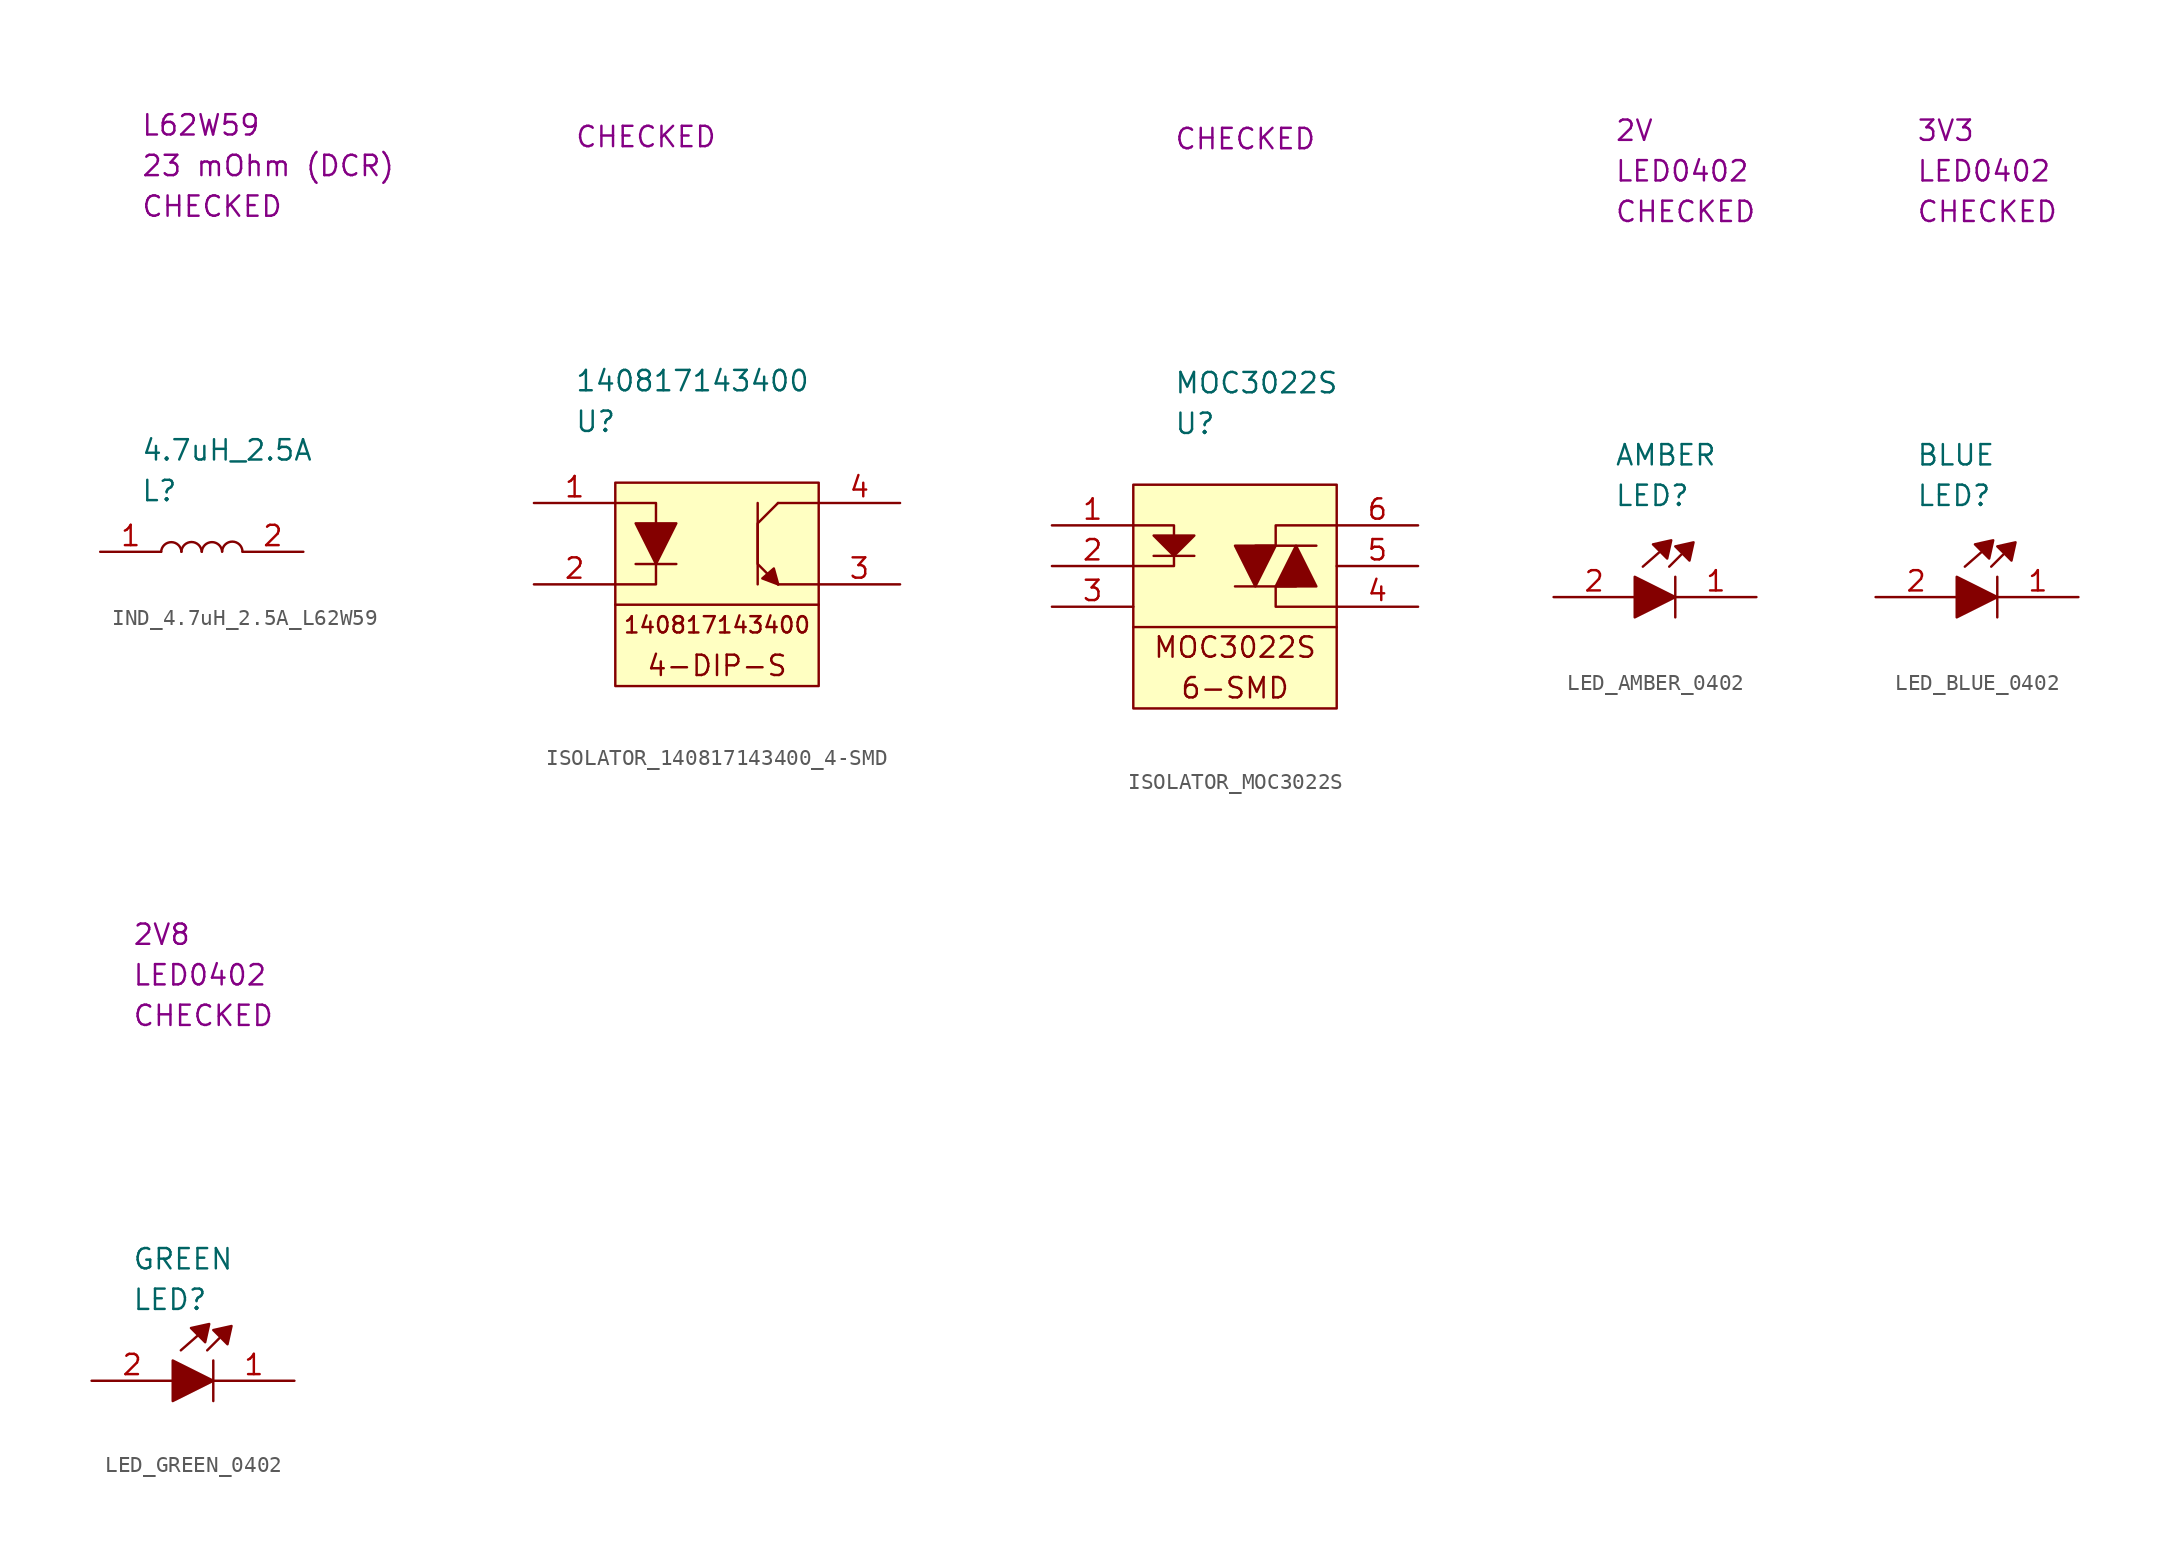
<source format=kicad_sym>
(kicad_symbol_lib
  (version 20220914)
  (generator kicad_symbol_editor)
  (symbol "IND_4.7uH_2.5A_L62W59"
    (property "Reference" "L"
      (at 2.54 3.81 0)
      (effects (font (size 1.27 1.27)) (justify left)))
    (property "Value" "4.7uH_2.5A"
      (at 2.54 6.35 0)
      (effects (font (size 1.27 1.27)) (justify left)))
    (property "SCH CHECK" "CHECKED"
      (at 2.54 21.59 0)
      (effects (font (size 1.27 1.27)) (justify left)))
    (property "MAX DCR" "23 mOhm (DCR)"
      (at 2.54 24.13 0)
      (effects (font (size 1.27 1.27)) (justify left)))
    (property "Package" "L62W59"
      (at 2.54 26.67 0)
      (effects (font (size 1.27 1.27)) (justify left)))
    (symbol "IND_4.7uH_2.5A_L62W59_0_1"
      (arc (start 5.08 0) (mid 4.445 0.6021) (end 3.81 0) (stroke (width 0) (type default)) (fill (type none)))
      (arc (start 6.3444 0.0087) (mid 5.7094 0.6108) (end 5.0744 0.0087) (stroke (width 0) (type default)) (fill (type none)))
      (arc (start 7.6226 0.0021) (mid 6.9876 0.6042) (end 6.3526 0.0021) (stroke (width 0) (type default)) (fill (type none)))
      (arc (start 8.8943 0.0338) (mid 8.2593 0.6359) (end 7.6243 0.0338) (stroke (width 0) (type default)) (fill (type none))))
    (symbol "IND_4.7uH_2.5A_L62W59_1_1"
      (pin passive line (at 0 0 0) (length 3.81) (name "" (effects (font (size 1.27 1.27)))) (number "1" (effects (font (size 1.27 1.27)))))
      (pin passive line (at 12.7 0 180) (length 3.81) (name "" (effects (font (size 1.27 1.27)))) (number "2" (effects (font (size 1.27 1.27)))))))
  (symbol "ISOLATOR_140817143400_4-SMD"
    (property "Reference" "U"
      (at 2.54 3.81 0)
      (effects (font (size 1.27 1.27)) (justify left)))
    (property "Value" "140817143400"
      (at 2.54 6.35 0)
      (effects (font (size 1.27 1.27)) (justify left)))
    (property "SCH CHECK" "CHECKED"
      (at 2.54 21.59 0)
      (effects (font (size 1.27 1.27)) (justify left)))
    (symbol "ISOLATOR_140817143400_4-SMD_0_0"
      (polyline (pts (xy 13.97 -1.27) (xy 13.97 -6.35)) (stroke (width 0) (type default)) (fill (type none)))
      (polyline (pts (xy 17.78 -1.27) (xy 15.24 -1.27) (xy 15.24 -1.27)) (stroke (width 0) (type default)) (fill (type none)))
      (polyline (pts (xy 14.974 -5.363) (xy 14.26 -5.98) (xy 15.253 -6.354) (xy 14.978 -5.359)) (stroke (width 0) (type default)) (fill (type outline)))
      (polyline (pts (xy 15.24 -1.27) (xy 13.97 -2.54) (xy 13.97 -5.08) (xy 15.24 -6.35)) (stroke (width 0) (type default)) (fill (type none)))
      (text "140817143400" (at 11.43 -8.89 0) (effects (font (size 1.016 1.016))))
      (text "4-DIP-S" (at 11.43 -11.43 0) (effects (font (size 1.27 1.27)))))
    (symbol "ISOLATOR_140817143400_4-SMD_0_1"
      (polyline (pts (xy 5.08 -7.62) (xy 17.78 -7.62)) (stroke (width 0) (type default)) (fill (type none)))
      (polyline (pts (xy 6.35 -5.08) (xy 8.89 -5.08)) (stroke (width 0) (type default)) (fill (type none)))
      (polyline (pts (xy 17.78 -6.35) (xy 15.24 -6.35) (xy 15.24 -6.35)) (stroke (width 0) (type default)) (fill (type none)))
      (polyline (pts (xy 5.08 -1.27) (xy 7.62 -1.27) (xy 7.62 -6.35) (xy 5.08 -6.35)) (stroke (width 0) (type default)) (fill (type none)))
      (polyline (pts (xy 6.35 -2.54) (xy 8.89 -2.54) (xy 7.62 -5.08) (xy 6.35 -2.54)) (stroke (width 0) (type default)) (fill (type outline)))
      (rectangle (start 5.08 0) (end 17.78 -12.7) (stroke (width 0) (type default)) (fill (type background))))
    (symbol "ISOLATOR_140817143400_4-SMD_1_1"
      (pin passive line (at 0 -1.27 0) (length 5.08) (name "" (effects (font (size 1.27 1.27)))) (number "1" (effects (font (size 1.27 1.27)))))
      (pin passive line (at 0 -6.35 0) (length 5.08) (name "" (effects (font (size 1.27 1.27)))) (number "2" (effects (font (size 1.27 1.27)))))
      (pin passive line (at 22.86 -6.35 180) (length 5.08) (name "" (effects (font (size 1.27 1.27)))) (number "3" (effects (font (size 1.27 1.27)))))
      (pin passive line (at 22.86 -1.27 180) (length 5.08) (name "" (effects (font (size 1.27 1.27)))) (number "4" (effects (font (size 1.27 1.27)))))))
  (symbol "ISOLATOR_MOC3022S"
    (property "Reference" "U"
      (at 2.54 3.81 0)
      (effects (font (size 1.27 1.27)) (justify left)))
    (property "Value" "MOC3022S"
      (at 2.54 6.35 0)
      (effects (font (size 1.27 1.27)) (justify left)))
    (property "SCH CHECK" "CHECKED"
      (at 2.54 21.59 0)
      (effects (font (size 1.27 1.27)) (justify left)))
    (symbol "ISOLATOR_MOC3022S_0_0"
      (text "6-SMD" (at 6.35 -12.7 0) (effects (font (size 1.27 1.27))))
      (text "MOC3022S" (at 6.35 -10.16 0) (effects (font (size 1.27 1.27)))))
    (symbol "ISOLATOR_MOC3022S_0_1"
      (polyline (pts (xy 0 -8.89) (xy 12.7 -8.89)) (stroke (width 0) (type default)) (fill (type none)))
      (polyline (pts (xy 1.27 -4.445) (xy 3.81 -4.445)) (stroke (width 0) (type default)) (fill (type none)))
      (polyline (pts (xy 6.35 -6.35) (xy 10.16 -6.35)) (stroke (width 0) (type default)) (fill (type none)))
      (polyline (pts (xy 7.62 -3.81) (xy 11.43 -3.81)) (stroke (width 0) (type default)) (fill (type none)))
      (polyline (pts (xy 12.7 -7.62) (xy 8.89 -7.62) (xy 8.89 -6.35)) (stroke (width 0) (type default)) (fill (type none)))
      (polyline (pts (xy 12.7 -2.54) (xy 8.89 -2.54) (xy 8.89 -3.81)) (stroke (width 0) (type default)) (fill (type none)))
      (polyline (pts (xy 0 -2.54) (xy 2.54 -2.54) (xy 2.54 -5.08) (xy 0 -5.08)) (stroke (width 0) (type default)) (fill (type none)))
      (polyline (pts (xy 1.27 -3.175) (xy 3.81 -3.175) (xy 2.54 -4.445) (xy 1.27 -3.175)) (stroke (width 0) (type default)) (fill (type outline)))
      (polyline (pts (xy 7.62 -6.35) (xy 8.89 -3.81) (xy 6.35 -3.81) (xy 7.62 -6.35)) (stroke (width 0) (type default)) (fill (type outline)))
      (polyline (pts (xy 10.16 -3.81) (xy 8.89 -6.35) (xy 11.43 -6.35) (xy 10.16 -3.81)) (stroke (width 0) (type default)) (fill (type outline)))
      (rectangle (start 0 0) (end 12.7 -13.97) (stroke (width 0) (type default)) (fill (type background))))
    (symbol "ISOLATOR_MOC3022S_1_1"
      (pin passive line (at -5.08 -2.54 0) (length 5.08) (name "" (effects (font (size 1.27 1.27)))) (number "1" (effects (font (size 1.27 1.27)))))
      (pin passive line (at -5.08 -5.08 0) (length 5.08) (name "" (effects (font (size 1.27 1.27)))) (number "2" (effects (font (size 1.27 1.27)))))
      (pin passive line (at -5.08 -7.62 0) (length 5.08) (name "" (effects (font (size 1.27 1.27)))) (number "3" (effects (font (size 1.27 1.27)))))
      (pin passive line (at 17.78 -7.62 180) (length 5.08) (name "" (effects (font (size 1.27 1.27)))) (number "4" (effects (font (size 1.27 1.27)))))
      (pin passive line (at 17.78 -5.08 180) (length 5.08) (name "" (effects (font (size 1.27 1.27)))) (number "5" (effects (font (size 1.27 1.27)))))
      (pin passive line (at 17.78 -2.54 180) (length 5.08) (name "" (effects (font (size 1.27 1.27)))) (number "6" (effects (font (size 1.27 1.27)))))))
  (symbol "LED_AMBER_0402"
    (property "Reference" "LED"
      (at 3.81 6.35 0)
      (effects (font (size 1.27 1.27)) (justify left)))
    (property "Value" "AMBER"
      (at 3.81 8.89 0)
      (effects (font (size 1.27 1.27)) (justify left)))
    (property "SCH CHECK" "CHECKED"
      (at 3.81 24.13 0)
      (effects (font (size 1.27 1.27)) (justify left)))
    (property "Package" "LED0402"
      (at 3.81 26.67 0)
      (effects (font (size 1.27 1.27)) (justify left)))
    (property "VOLTAGE RATED" "2V"
      (at 3.81 29.21 0)
      (effects (font (size 1.27 1.27)) (justify left)))
    (symbol "LED_AMBER_0402_0_1"
      (polyline (pts (xy 5.588 1.905) (xy 6.604 2.794)) (stroke (width 0) (type default)) (fill (type none)))
      (polyline (pts (xy 7.239 1.905) (xy 8.001 2.667)) (stroke (width 0) (type default)) (fill (type none)))
      (polyline (pts (xy 7.62 -1.27) (xy 7.62 1.27)) (stroke (width 0) (type default)) (fill (type none)))
      (polyline (pts (xy 5.08 1.27) (xy 5.08 -1.27) (xy 7.62 0) (xy 5.08 1.27)) (stroke (width 0) (type default)) (fill (type outline)))
      (polyline (pts (xy 6.223 3.302) (xy 7.112 2.413) (xy 7.366 3.556) (xy 6.223 3.302)) (stroke (width 0) (type default)) (fill (type outline)))
      (polyline (pts (xy 7.62 3.175) (xy 8.509 2.286) (xy 8.763 3.429) (xy 7.62 3.175)) (stroke (width 0) (type default)) (fill (type outline))))
    (symbol "LED_AMBER_0402_1_1"
      (pin passive line (at 12.7 0 180) (length 5.08) (name "" (effects (font (size 1.27 1.27)))) (number "1" (effects (font (size 1.27 1.27)))))
      (pin passive line (at 0 0 0) (length 5.08) (name "" (effects (font (size 1.27 1.27)))) (number "2" (effects (font (size 1.27 1.27)))))))
  (symbol "LED_BLUE_0402"
    (property "Reference" "LED"
      (at 2.54 6.35 0)
      (effects (font (size 1.27 1.27)) (justify left)))
    (property "Value" "BLUE"
      (at 2.54 8.89 0)
      (effects (font (size 1.27 1.27)) (justify left)))
    (property "SCH CHECK" "CHECKED"
      (at 2.54 24.13 0)
      (effects (font (size 1.27 1.27)) (justify left)))
    (property "Package" "LED0402"
      (at 2.54 26.67 0)
      (effects (font (size 1.27 1.27)) (justify left)))
    (property "VOLTAGE RATED" "3V3"
      (at 2.54 29.21 0)
      (effects (font (size 1.27 1.27)) (justify left)))
    (symbol "LED_BLUE_0402_0_1"
      (polyline (pts (xy 5.588 1.905) (xy 6.604 2.794)) (stroke (width 0) (type default)) (fill (type none)))
      (polyline (pts (xy 7.239 1.905) (xy 8.001 2.667)) (stroke (width 0) (type default)) (fill (type none)))
      (polyline (pts (xy 7.62 -1.27) (xy 7.62 1.27)) (stroke (width 0) (type default)) (fill (type none)))
      (polyline (pts (xy 5.08 1.27) (xy 5.08 -1.27) (xy 7.62 0) (xy 5.08 1.27)) (stroke (width 0) (type default)) (fill (type outline)))
      (polyline (pts (xy 6.223 3.302) (xy 7.112 2.413) (xy 7.366 3.556) (xy 6.223 3.302)) (stroke (width 0) (type default)) (fill (type outline)))
      (polyline (pts (xy 7.62 3.175) (xy 8.509 2.286) (xy 8.763 3.429) (xy 7.62 3.175)) (stroke (width 0) (type default)) (fill (type outline))))
    (symbol "LED_BLUE_0402_1_1"
      (pin passive line (at 12.7 0 180) (length 5.08) (name "" (effects (font (size 1.27 1.27)))) (number "1" (effects (font (size 1.27 1.27)))))
      (pin passive line (at 0 0 0) (length 5.08) (name "" (effects (font (size 1.27 1.27)))) (number "2" (effects (font (size 1.27 1.27)))))))
  (symbol "LED_GREEN_0402"
    (property "Reference" "LED"
      (at 2.54 5.08 0)
      (effects (font (size 1.27 1.27)) (justify left)))
    (property "Value" "GREEN"
      (at 2.54 7.62 0)
      (effects (font (size 1.27 1.27)) (justify left)))
    (property "SCH CHECK" "CHECKED"
      (at 2.54 22.86 0)
      (effects (font (size 1.27 1.27)) (justify left)))
    (property "Package" "LED0402"
      (at 2.54 25.4 0)
      (effects (font (size 1.27 1.27)) (justify left)))
    (property "VOLTAGE RATED" "2V8"
      (at 2.54 27.94 0)
      (effects (font (size 1.27 1.27)) (justify left)))
    (symbol "LED_GREEN_0402_0_1"
      (polyline (pts (xy 5.588 1.905) (xy 6.604 2.794)) (stroke (width 0) (type default)) (fill (type none)))
      (polyline (pts (xy 7.239 1.905) (xy 8.001 2.667)) (stroke (width 0) (type default)) (fill (type none)))
      (polyline (pts (xy 7.62 -1.27) (xy 7.62 1.27)) (stroke (width 0) (type default)) (fill (type none)))
      (polyline (pts (xy 5.08 1.27) (xy 5.08 -1.27) (xy 7.62 0) (xy 5.08 1.27)) (stroke (width 0) (type default)) (fill (type outline)))
      (polyline (pts (xy 6.223 3.302) (xy 7.112 2.413) (xy 7.366 3.556) (xy 6.223 3.302)) (stroke (width 0) (type default)) (fill (type outline)))
      (polyline (pts (xy 7.62 3.175) (xy 8.509 2.286) (xy 8.763 3.429) (xy 7.62 3.175)) (stroke (width 0) (type default)) (fill (type outline))))
    (symbol "LED_GREEN_0402_1_1"
      (pin passive line (at 12.7 0 180) (length 5.08) (name "" (effects (font (size 1.27 1.27)))) (number "1" (effects (font (size 1.27 1.27)))))
      (pin passive line (at 0 0 0) (length 5.08) (name "" (effects (font (size 1.27 1.27)))) (number "2" (effects (font (size 1.27 1.27))))))))
</source>
